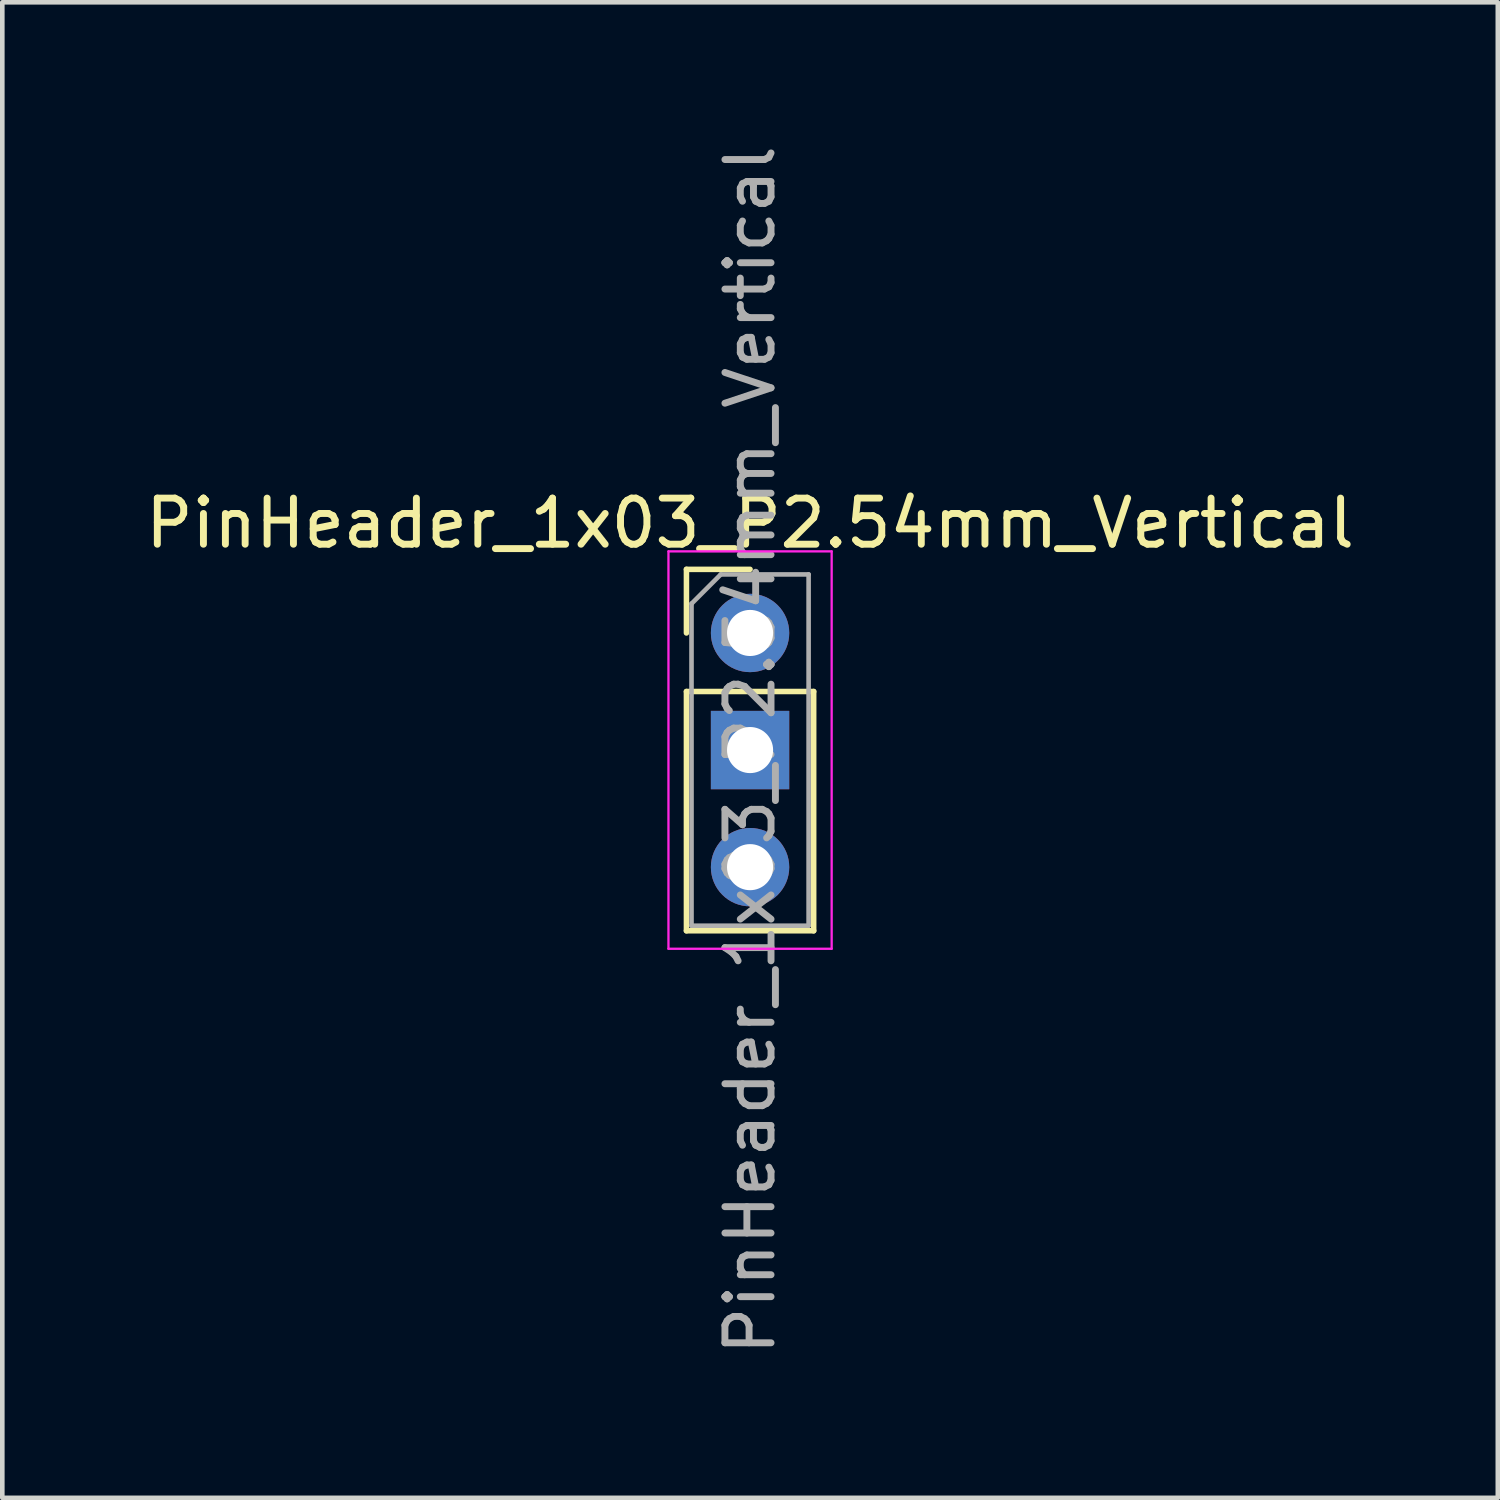
<source format=kicad_pcb>
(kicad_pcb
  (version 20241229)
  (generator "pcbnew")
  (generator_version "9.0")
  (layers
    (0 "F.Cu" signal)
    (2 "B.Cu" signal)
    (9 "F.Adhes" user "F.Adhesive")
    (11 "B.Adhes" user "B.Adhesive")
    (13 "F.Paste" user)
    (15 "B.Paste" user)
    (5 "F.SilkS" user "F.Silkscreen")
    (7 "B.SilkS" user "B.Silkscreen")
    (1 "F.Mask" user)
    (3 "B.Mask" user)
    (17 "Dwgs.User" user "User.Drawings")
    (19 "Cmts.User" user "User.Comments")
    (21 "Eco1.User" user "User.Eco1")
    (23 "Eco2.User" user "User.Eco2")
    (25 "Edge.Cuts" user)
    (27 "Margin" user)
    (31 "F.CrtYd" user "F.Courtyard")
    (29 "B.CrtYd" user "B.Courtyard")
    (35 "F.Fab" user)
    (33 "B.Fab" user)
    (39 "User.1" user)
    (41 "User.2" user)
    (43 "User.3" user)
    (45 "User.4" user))
  (footprint "PinHeader_1x03_P2.54mm_Vertical"
    (layer "F.Cu")
    (at 13.22 10.68)
    (property "Reference" "PinHeader_1x03_P2.54mm_Vertical" (at 0 -2.38 180) (layer "F.SilkS") (effects (font (size 1 1) (thickness 0.15))))
    (attr through_hole dnp)
    (fp_line (start -1.38 -1.38) (end 0 -1.38) (stroke (width 0.12) (type solid)) (layer "F.SilkS"))
    (fp_line (start -1.38 1.27) (end -1.38 6.46) (stroke (width 0.12) (type solid)) (layer "F.SilkS"))
    (fp_line (start -1.38 1.27) (end 1.38 1.27) (stroke (width 0.12) (type solid)) (layer "F.SilkS"))
    (fp_line (start -1.38 6.46) (end 1.38 6.46) (stroke (width 0.12) (type solid)) (layer "F.SilkS"))
    (fp_line (start -1.38 0) (end -1.38 -1.38) (stroke (width 0.12) (type solid)) (layer "F.SilkS"))
    (fp_line (start 1.38 1.27) (end 1.38 6.46) (stroke (width 0.12) (type solid)) (layer "F.SilkS"))
    (fp_line (start -1.77 -1.77) (end -1.77 6.85) (stroke (width 0.05) (type solid)) (layer "F.CrtYd"))
    (fp_line (start -1.77 6.85) (end 1.77 6.85) (stroke (width 0.05) (type solid)) (layer "F.CrtYd"))
    (fp_line (start 1.77 -1.77) (end -1.77 -1.77) (stroke (width 0.05) (type solid)) (layer "F.CrtYd"))
    (fp_line (start 1.77 6.85) (end 1.77 -1.77) (stroke (width 0.05) (type solid)) (layer "F.CrtYd"))
    (fp_line (start -1.27 6.35) (end -1.27 -0.635) (stroke (width 0.1) (type solid)) (layer "F.Fab"))
    (fp_line (start -1.27 -0.635) (end -0.635 -1.27) (stroke (width 0.1) (type solid)) (layer "F.Fab"))
    (fp_line (start -0.635 -1.27) (end 1.27 -1.27) (stroke (width 0.1) (type solid)) (layer "F.Fab"))
    (fp_line (start 1.27 -1.27) (end 1.27 6.35) (stroke (width 0.1) (type solid)) (layer "F.Fab"))
    (fp_line (start 1.27 6.35) (end -1.27 6.35) (stroke (width 0.1) (type solid)) (layer "F.Fab"))
    (fp_text user "${REFERENCE}" (at 0 2.54 90) (layer "F.Fab") (effects (font (size 1 1) (thickness 0.15))))
    (pad "1" thru_hole circle (at 0 0) (size 1.7 1.7) (drill 1) (layers "*.Cu" "F.Mask"))
    (pad "2" thru_hole rect (at 0 2.54) (size 1.7 1.7) (drill 1) (layers "*.Cu" "*.Mask"))
    (pad "3" thru_hole circle (at 0 5.08) (size 1.7 1.7) (drill 1) (layers "*.Cu" "*.Mask")))
  (gr_rect
    (start -3 -3)
    (end 29.44 29.44)
    (stroke (width 0.1) (type default))
    (fill no)
    (layer "Edge.Cuts")))
</source>
